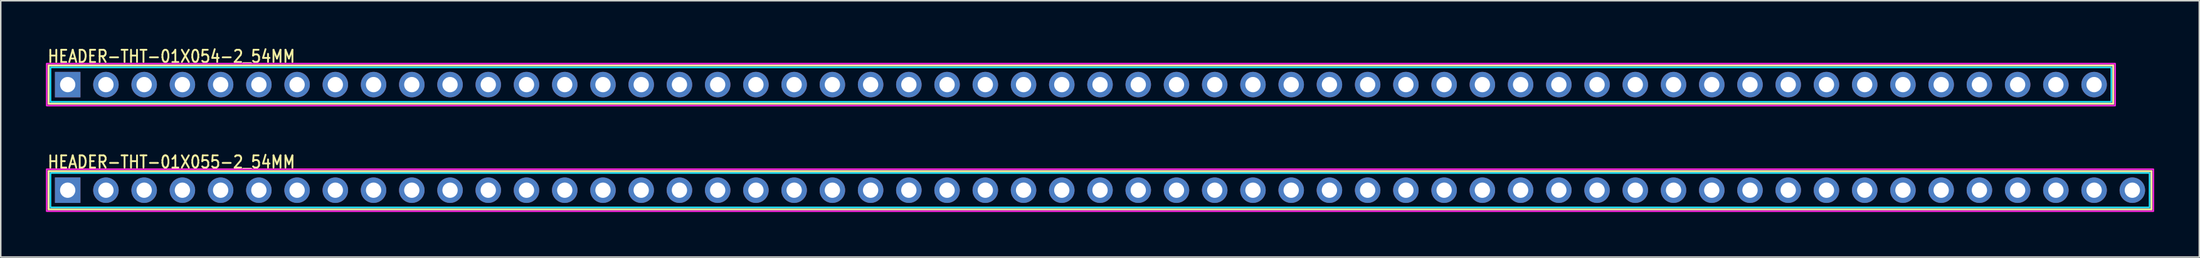
<source format=kicad_pcb>
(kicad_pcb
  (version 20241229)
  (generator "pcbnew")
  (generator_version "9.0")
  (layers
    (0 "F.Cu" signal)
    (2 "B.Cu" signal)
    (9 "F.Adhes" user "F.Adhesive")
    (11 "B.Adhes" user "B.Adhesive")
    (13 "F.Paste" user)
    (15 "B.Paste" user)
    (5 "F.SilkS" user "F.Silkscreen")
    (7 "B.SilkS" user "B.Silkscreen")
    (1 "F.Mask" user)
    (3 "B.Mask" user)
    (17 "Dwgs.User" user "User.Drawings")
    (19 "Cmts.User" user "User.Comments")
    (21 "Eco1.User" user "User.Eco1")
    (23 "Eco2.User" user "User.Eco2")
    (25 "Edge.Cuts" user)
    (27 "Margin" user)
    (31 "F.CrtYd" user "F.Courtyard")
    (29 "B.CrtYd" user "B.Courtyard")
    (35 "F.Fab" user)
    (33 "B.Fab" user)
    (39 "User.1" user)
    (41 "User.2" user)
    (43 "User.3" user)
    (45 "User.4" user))
  (footprint "HEADER-THT-01X055-2_54MM"
    (layer "F.Cu")
    (at 1.447 9.604)
    (property "Reference" "HEADER-THT-01X055-2_54MM" (at -1.4 -1.4 0) (unlocked yes) (layer "F.SilkS") (effects (font (size 0.813 0.695) (thickness 0.122)) (justify left bottom)))
    (fp_line (start -1.27 -1.27) (end -1.27 1.27) (stroke (width 0.127) (type solid)) (layer "F.SilkS"))
    (fp_line (start -1.27 1.27) (end 138.43 1.27) (stroke (width 0.127) (type solid)) (layer "F.SilkS"))
    (fp_line (start 138.43 -1.27) (end -1.27 -1.27) (stroke (width 0.127) (type solid)) (layer "F.SilkS"))
    (fp_line (start 138.43 1.27) (end 138.43 -1.27) (stroke (width 0.127) (type solid)) (layer "F.SilkS"))
    (fp_poly (pts (xy -1.143 -1.143) (xy 138.303 -1.143) (xy 138.303 1.143) (xy -1.143 1.143)) (stroke (width 0.1) (type solid)) (fill no) (layer "B.CrtYd"))
    (fp_poly (pts (xy -1.397 -1.397) (xy 138.557 -1.397) (xy 138.557 1.397) (xy -1.397 1.397)) (stroke (width 0.1) (type solid)) (fill no) (layer "F.CrtYd"))
    (pad "1" thru_hole rect (at 0 0) (size 1.693 1.693) (drill 1.016) (layers "*.Cu" "*.Mask"))
    (pad "2" thru_hole oval (at 2.54 0) (size 1.693 1.693) (drill 1.016) (layers "*.Cu" "*.Mask"))
    (pad "3" thru_hole oval (at 5.08 0) (size 1.693 1.693) (drill 1.016) (layers "*.Cu" "*.Mask"))
    (pad "4" thru_hole oval (at 7.62 0) (size 1.693 1.693) (drill 1.016) (layers "*.Cu" "*.Mask"))
    (pad "5" thru_hole oval (at 10.16 0) (size 1.693 1.693) (drill 1.016) (layers "*.Cu" "*.Mask"))
    (pad "6" thru_hole oval (at 12.7 0) (size 1.693 1.693) (drill 1.016) (layers "*.Cu" "*.Mask"))
    (pad "7" thru_hole oval (at 15.24 0) (size 1.693 1.693) (drill 1.016) (layers "*.Cu" "*.Mask"))
    (pad "8" thru_hole oval (at 17.78 0) (size 1.693 1.693) (drill 1.016) (layers "*.Cu" "*.Mask"))
    (pad "9" thru_hole oval (at 20.32 0) (size 1.693 1.693) (drill 1.016) (layers "*.Cu" "*.Mask"))
    (pad "10" thru_hole oval (at 22.86 0) (size 1.693 1.693) (drill 1.016) (layers "*.Cu" "*.Mask"))
    (pad "11" thru_hole oval (at 25.4 0) (size 1.693 1.693) (drill 1.016) (layers "*.Cu" "*.Mask"))
    (pad "12" thru_hole oval (at 27.94 0) (size 1.693 1.693) (drill 1.016) (layers "*.Cu" "*.Mask"))
    (pad "13" thru_hole oval (at 30.48 0) (size 1.693 1.693) (drill 1.016) (layers "*.Cu" "*.Mask"))
    (pad "14" thru_hole oval (at 33.02 0) (size 1.693 1.693) (drill 1.016) (layers "*.Cu" "*.Mask"))
    (pad "15" thru_hole oval (at 35.56 0) (size 1.693 1.693) (drill 1.016) (layers "*.Cu" "*.Mask"))
    (pad "16" thru_hole oval (at 38.1 0) (size 1.693 1.693) (drill 1.016) (layers "*.Cu" "*.Mask"))
    (pad "17" thru_hole oval (at 40.64 0) (size 1.693 1.693) (drill 1.016) (layers "*.Cu" "*.Mask"))
    (pad "18" thru_hole oval (at 43.18 0) (size 1.693 1.693) (drill 1.016) (layers "*.Cu" "*.Mask"))
    (pad "19" thru_hole oval (at 45.72 0) (size 1.693 1.693) (drill 1.016) (layers "*.Cu" "*.Mask"))
    (pad "20" thru_hole oval (at 48.26 0) (size 1.693 1.693) (drill 1.016) (layers "*.Cu" "*.Mask"))
    (pad "21" thru_hole oval (at 50.8 0) (size 1.693 1.693) (drill 1.016) (layers "*.Cu" "*.Mask"))
    (pad "22" thru_hole oval (at 53.34 0) (size 1.693 1.693) (drill 1.016) (layers "*.Cu" "*.Mask"))
    (pad "23" thru_hole oval (at 55.88 0) (size 1.693 1.693) (drill 1.016) (layers "*.Cu" "*.Mask"))
    (pad "24" thru_hole oval (at 58.42 0) (size 1.693 1.693) (drill 1.016) (layers "*.Cu" "*.Mask"))
    (pad "25" thru_hole oval (at 60.96 0) (size 1.693 1.693) (drill 1.016) (layers "*.Cu" "*.Mask"))
    (pad "26" thru_hole oval (at 63.5 0) (size 1.693 1.693) (drill 1.016) (layers "*.Cu" "*.Mask"))
    (pad "27" thru_hole oval (at 66.04 0) (size 1.693 1.693) (drill 1.016) (layers "*.Cu" "*.Mask"))
    (pad "28" thru_hole oval (at 68.58 0) (size 1.693 1.693) (drill 1.016) (layers "*.Cu" "*.Mask"))
    (pad "29" thru_hole oval (at 71.12 0) (size 1.693 1.693) (drill 1.016) (layers "*.Cu" "*.Mask"))
    (pad "30" thru_hole oval (at 73.66 0) (size 1.693 1.693) (drill 1.016) (layers "*.Cu" "*.Mask"))
    (pad "31" thru_hole oval (at 76.2 0) (size 1.693 1.693) (drill 1.016) (layers "*.Cu" "*.Mask"))
    (pad "32" thru_hole oval (at 78.74 0) (size 1.693 1.693) (drill 1.016) (layers "*.Cu" "*.Mask"))
    (pad "33" thru_hole oval (at 81.28 0) (size 1.693 1.693) (drill 1.016) (layers "*.Cu" "*.Mask"))
    (pad "34" thru_hole oval (at 83.82 0) (size 1.693 1.693) (drill 1.016) (layers "*.Cu" "*.Mask"))
    (pad "35" thru_hole oval (at 86.36 0) (size 1.693 1.693) (drill 1.016) (layers "*.Cu" "*.Mask"))
    (pad "36" thru_hole oval (at 88.9 0) (size 1.693 1.693) (drill 1.016) (layers "*.Cu" "*.Mask"))
    (pad "37" thru_hole oval (at 91.44 0) (size 1.693 1.693) (drill 1.016) (layers "*.Cu" "*.Mask"))
    (pad "38" thru_hole oval (at 93.98 0) (size 1.693 1.693) (drill 1.016) (layers "*.Cu" "*.Mask"))
    (pad "39" thru_hole oval (at 96.52 0) (size 1.693 1.693) (drill 1.016) (layers "*.Cu" "*.Mask"))
    (pad "40" thru_hole oval (at 99.06 0) (size 1.693 1.693) (drill 1.016) (layers "*.Cu" "*.Mask"))
    (pad "41" thru_hole oval (at 101.6 0) (size 1.693 1.693) (drill 1.016) (layers "*.Cu" "*.Mask"))
    (pad "42" thru_hole oval (at 104.14 0) (size 1.693 1.693) (drill 1.016) (layers "*.Cu" "*.Mask"))
    (pad "43" thru_hole oval (at 106.68 0) (size 1.693 1.693) (drill 1.016) (layers "*.Cu" "*.Mask"))
    (pad "44" thru_hole oval (at 109.22 0) (size 1.693 1.693) (drill 1.016) (layers "*.Cu" "*.Mask"))
    (pad "45" thru_hole oval (at 111.76 0) (size 1.693 1.693) (drill 1.016) (layers "*.Cu" "*.Mask"))
    (pad "46" thru_hole oval (at 114.3 0) (size 1.693 1.693) (drill 1.016) (layers "*.Cu" "*.Mask"))
    (pad "47" thru_hole oval (at 116.84 0) (size 1.693 1.693) (drill 1.016) (layers "*.Cu" "*.Mask"))
    (pad "48" thru_hole oval (at 119.38 0) (size 1.693 1.693) (drill 1.016) (layers "*.Cu" "*.Mask"))
    (pad "49" thru_hole oval (at 121.92 0) (size 1.693 1.693) (drill 1.016) (layers "*.Cu" "*.Mask"))
    (pad "50" thru_hole oval (at 124.46 0) (size 1.693 1.693) (drill 1.016) (layers "*.Cu" "*.Mask"))
    (pad "51" thru_hole oval (at 127 0) (size 1.693 1.693) (drill 1.016) (layers "*.Cu" "*.Mask"))
    (pad "52" thru_hole oval (at 129.54 0) (size 1.693 1.693) (drill 1.016) (layers "*.Cu" "*.Mask"))
    (pad "53" thru_hole oval (at 132.08 0) (size 1.693 1.693) (drill 1.016) (layers "*.Cu" "*.Mask"))
    (pad "54" thru_hole oval (at 134.62 0) (size 1.693 1.693) (drill 1.016) (layers "*.Cu" "*.Mask"))
    (pad "55" thru_hole oval (at 137.16 0) (size 1.693 1.693) (drill 1.016) (layers "*.Cu" "*.Mask")))
  (footprint "HEADER-THT-01X054-2_54MM"
    (layer "F.Cu")
    (at 1.447 2.579)
    (property "Reference" "HEADER-THT-01X054-2_54MM" (at -1.4 -1.4 0) (unlocked yes) (layer "F.SilkS") (effects (font (size 0.813 0.695) (thickness 0.122)) (justify left bottom)))
    (fp_line (start -1.27 -1.27) (end -1.27 1.27) (stroke (width 0.127) (type solid)) (layer "F.SilkS"))
    (fp_line (start -1.27 1.27) (end 135.89 1.27) (stroke (width 0.127) (type solid)) (layer "F.SilkS"))
    (fp_line (start 135.89 -1.27) (end -1.27 -1.27) (stroke (width 0.127) (type solid)) (layer "F.SilkS"))
    (fp_line (start 135.89 1.27) (end 135.89 -1.27) (stroke (width 0.127) (type solid)) (layer "F.SilkS"))
    (fp_poly (pts (xy -1.143 -1.143) (xy 135.763 -1.143) (xy 135.763 1.143) (xy -1.143 1.143)) (stroke (width 0.1) (type solid)) (fill no) (layer "B.CrtYd"))
    (fp_poly (pts (xy -1.397 -1.397) (xy 136.017 -1.397) (xy 136.017 1.397) (xy -1.397 1.397)) (stroke (width 0.1) (type solid)) (fill no) (layer "F.CrtYd"))
    (pad "1" thru_hole rect (at 0 0) (size 1.693 1.693) (drill 1.016) (layers "*.Cu" "*.Mask"))
    (pad "2" thru_hole oval (at 2.54 0) (size 1.693 1.693) (drill 1.016) (layers "*.Cu" "*.Mask"))
    (pad "3" thru_hole oval (at 5.08 0) (size 1.693 1.693) (drill 1.016) (layers "*.Cu" "*.Mask"))
    (pad "4" thru_hole oval (at 7.62 0) (size 1.693 1.693) (drill 1.016) (layers "*.Cu" "*.Mask"))
    (pad "5" thru_hole oval (at 10.16 0) (size 1.693 1.693) (drill 1.016) (layers "*.Cu" "*.Mask"))
    (pad "6" thru_hole oval (at 12.7 0) (size 1.693 1.693) (drill 1.016) (layers "*.Cu" "*.Mask"))
    (pad "7" thru_hole oval (at 15.24 0) (size 1.693 1.693) (drill 1.016) (layers "*.Cu" "*.Mask"))
    (pad "8" thru_hole oval (at 17.78 0) (size 1.693 1.693) (drill 1.016) (layers "*.Cu" "*.Mask"))
    (pad "9" thru_hole oval (at 20.32 0) (size 1.693 1.693) (drill 1.016) (layers "*.Cu" "*.Mask"))
    (pad "10" thru_hole oval (at 22.86 0) (size 1.693 1.693) (drill 1.016) (layers "*.Cu" "*.Mask"))
    (pad "11" thru_hole oval (at 25.4 0) (size 1.693 1.693) (drill 1.016) (layers "*.Cu" "*.Mask"))
    (pad "12" thru_hole oval (at 27.94 0) (size 1.693 1.693) (drill 1.016) (layers "*.Cu" "*.Mask"))
    (pad "13" thru_hole oval (at 30.48 0) (size 1.693 1.693) (drill 1.016) (layers "*.Cu" "*.Mask"))
    (pad "14" thru_hole oval (at 33.02 0) (size 1.693 1.693) (drill 1.016) (layers "*.Cu" "*.Mask"))
    (pad "15" thru_hole oval (at 35.56 0) (size 1.693 1.693) (drill 1.016) (layers "*.Cu" "*.Mask"))
    (pad "16" thru_hole oval (at 38.1 0) (size 1.693 1.693) (drill 1.016) (layers "*.Cu" "*.Mask"))
    (pad "17" thru_hole oval (at 40.64 0) (size 1.693 1.693) (drill 1.016) (layers "*.Cu" "*.Mask"))
    (pad "18" thru_hole oval (at 43.18 0) (size 1.693 1.693) (drill 1.016) (layers "*.Cu" "*.Mask"))
    (pad "19" thru_hole oval (at 45.72 0) (size 1.693 1.693) (drill 1.016) (layers "*.Cu" "*.Mask"))
    (pad "20" thru_hole oval (at 48.26 0) (size 1.693 1.693) (drill 1.016) (layers "*.Cu" "*.Mask"))
    (pad "21" thru_hole oval (at 50.8 0) (size 1.693 1.693) (drill 1.016) (layers "*.Cu" "*.Mask"))
    (pad "22" thru_hole oval (at 53.34 0) (size 1.693 1.693) (drill 1.016) (layers "*.Cu" "*.Mask"))
    (pad "23" thru_hole oval (at 55.88 0) (size 1.693 1.693) (drill 1.016) (layers "*.Cu" "*.Mask"))
    (pad "24" thru_hole oval (at 58.42 0) (size 1.693 1.693) (drill 1.016) (layers "*.Cu" "*.Mask"))
    (pad "25" thru_hole oval (at 60.96 0) (size 1.693 1.693) (drill 1.016) (layers "*.Cu" "*.Mask"))
    (pad "26" thru_hole oval (at 63.5 0) (size 1.693 1.693) (drill 1.016) (layers "*.Cu" "*.Mask"))
    (pad "27" thru_hole oval (at 66.04 0) (size 1.693 1.693) (drill 1.016) (layers "*.Cu" "*.Mask"))
    (pad "28" thru_hole oval (at 68.58 0) (size 1.693 1.693) (drill 1.016) (layers "*.Cu" "*.Mask"))
    (pad "29" thru_hole oval (at 71.12 0) (size 1.693 1.693) (drill 1.016) (layers "*.Cu" "*.Mask"))
    (pad "30" thru_hole oval (at 73.66 0) (size 1.693 1.693) (drill 1.016) (layers "*.Cu" "*.Mask"))
    (pad "31" thru_hole oval (at 76.2 0) (size 1.693 1.693) (drill 1.016) (layers "*.Cu" "*.Mask"))
    (pad "32" thru_hole oval (at 78.74 0) (size 1.693 1.693) (drill 1.016) (layers "*.Cu" "*.Mask"))
    (pad "33" thru_hole oval (at 81.28 0) (size 1.693 1.693) (drill 1.016) (layers "*.Cu" "*.Mask"))
    (pad "34" thru_hole oval (at 83.82 0) (size 1.693 1.693) (drill 1.016) (layers "*.Cu" "*.Mask"))
    (pad "35" thru_hole oval (at 86.36 0) (size 1.693 1.693) (drill 1.016) (layers "*.Cu" "*.Mask"))
    (pad "36" thru_hole oval (at 88.9 0) (size 1.693 1.693) (drill 1.016) (layers "*.Cu" "*.Mask"))
    (pad "37" thru_hole oval (at 91.44 0) (size 1.693 1.693) (drill 1.016) (layers "*.Cu" "*.Mask"))
    (pad "38" thru_hole oval (at 93.98 0) (size 1.693 1.693) (drill 1.016) (layers "*.Cu" "*.Mask"))
    (pad "39" thru_hole oval (at 96.52 0) (size 1.693 1.693) (drill 1.016) (layers "*.Cu" "*.Mask"))
    (pad "40" thru_hole oval (at 99.06 0) (size 1.693 1.693) (drill 1.016) (layers "*.Cu" "*.Mask"))
    (pad "41" thru_hole oval (at 101.6 0) (size 1.693 1.693) (drill 1.016) (layers "*.Cu" "*.Mask"))
    (pad "42" thru_hole oval (at 104.14 0) (size 1.693 1.693) (drill 1.016) (layers "*.Cu" "*.Mask"))
    (pad "43" thru_hole oval (at 106.68 0) (size 1.693 1.693) (drill 1.016) (layers "*.Cu" "*.Mask"))
    (pad "44" thru_hole oval (at 109.22 0) (size 1.693 1.693) (drill 1.016) (layers "*.Cu" "*.Mask"))
    (pad "45" thru_hole oval (at 111.76 0) (size 1.693 1.693) (drill 1.016) (layers "*.Cu" "*.Mask"))
    (pad "46" thru_hole oval (at 114.3 0) (size 1.693 1.693) (drill 1.016) (layers "*.Cu" "*.Mask"))
    (pad "47" thru_hole oval (at 116.84 0) (size 1.693 1.693) (drill 1.016) (layers "*.Cu" "*.Mask"))
    (pad "48" thru_hole oval (at 119.38 0) (size 1.693 1.693) (drill 1.016) (layers "*.Cu" "*.Mask"))
    (pad "49" thru_hole oval (at 121.92 0) (size 1.693 1.693) (drill 1.016) (layers "*.Cu" "*.Mask"))
    (pad "50" thru_hole oval (at 124.46 0) (size 1.693 1.693) (drill 1.016) (layers "*.Cu" "*.Mask"))
    (pad "51" thru_hole oval (at 127 0) (size 1.693 1.693) (drill 1.016) (layers "*.Cu" "*.Mask"))
    (pad "52" thru_hole oval (at 129.54 0) (size 1.693 1.693) (drill 1.016) (layers "*.Cu" "*.Mask"))
    (pad "53" thru_hole oval (at 132.08 0) (size 1.693 1.693) (drill 1.016) (layers "*.Cu" "*.Mask"))
    (pad "54" thru_hole oval (at 134.62 0) (size 1.693 1.693) (drill 1.016) (layers "*.Cu" "*.Mask")))
  (gr_rect
    (start -3 -3)
    (end 143.054 14.051)
    (stroke (width 0.1) (type default))
    (fill no)
    (layer "Edge.Cuts")))
</source>
